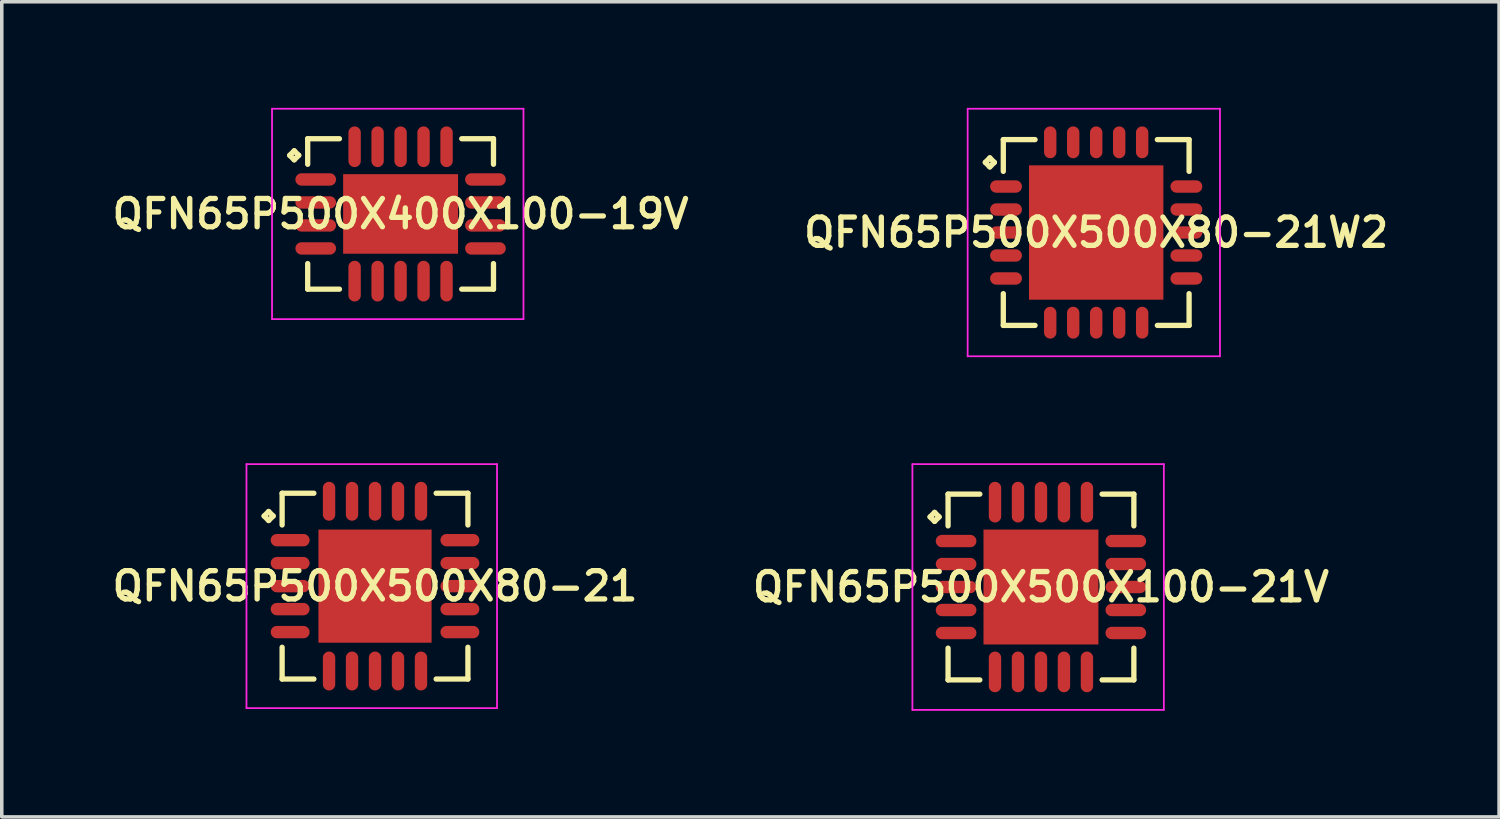
<source format=kicad_pcb>
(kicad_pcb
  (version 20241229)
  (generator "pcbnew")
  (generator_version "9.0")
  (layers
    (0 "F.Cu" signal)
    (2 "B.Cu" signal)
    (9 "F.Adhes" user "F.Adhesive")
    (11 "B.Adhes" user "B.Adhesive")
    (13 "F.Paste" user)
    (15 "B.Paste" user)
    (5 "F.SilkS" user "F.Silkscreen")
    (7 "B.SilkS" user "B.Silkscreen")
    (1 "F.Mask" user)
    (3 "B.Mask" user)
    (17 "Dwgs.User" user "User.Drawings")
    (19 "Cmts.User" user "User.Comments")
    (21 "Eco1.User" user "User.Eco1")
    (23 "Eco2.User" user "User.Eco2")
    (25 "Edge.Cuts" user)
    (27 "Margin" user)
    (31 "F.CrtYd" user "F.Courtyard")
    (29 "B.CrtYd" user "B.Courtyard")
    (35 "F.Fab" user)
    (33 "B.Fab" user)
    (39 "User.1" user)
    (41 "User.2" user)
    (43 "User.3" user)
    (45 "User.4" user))
  (footprint "QFN65P500X500X100-21V"
    (layer "F.Cu")
    (at 26.387 13.55)
    (property "Reference" "QFN65P500X500X100-21V" (at 0 0 0) (layer "F.SilkS") (effects (font (size 0.8 0.8) (thickness 0.15))))
    (attr smd)
    (fp_line (start -3.135 -1.983) (end -3.008 -2.11) (stroke (width 0.15) (type solid)) (layer "F.SilkS"))
    (fp_line (start -3.008 -2.11) (end -2.881 -1.983) (stroke (width 0.15) (type solid)) (layer "F.SilkS"))
    (fp_line (start -3.008 -1.856) (end -3.135 -1.983) (stroke (width 0.15) (type solid)) (layer "F.SilkS"))
    (fp_line (start -2.881 -1.983) (end -3.008 -1.856) (stroke (width 0.15) (type solid)) (layer "F.SilkS"))
    (fp_line (start -2.627 -2.627) (end -1.729 -2.627) (stroke (width 0.15) (type solid)) (layer "F.SilkS"))
    (fp_line (start -2.627 -1.729) (end -2.627 -2.627) (stroke (width 0.15) (type solid)) (layer "F.SilkS"))
    (fp_line (start -2.627 1.729) (end -2.627 2.627) (stroke (width 0.15) (type solid)) (layer "F.SilkS"))
    (fp_line (start -2.627 2.627) (end -1.729 2.627) (stroke (width 0.15) (type solid)) (layer "F.SilkS"))
    (fp_line (start 1.729 -2.627) (end 2.627 -2.627) (stroke (width 0.15) (type solid)) (layer "F.SilkS"))
    (fp_line (start 1.729 2.627) (end 2.627 2.627) (stroke (width 0.15) (type solid)) (layer "F.SilkS"))
    (fp_line (start 2.627 -2.627) (end 2.627 -1.729) (stroke (width 0.15) (type solid)) (layer "F.SilkS"))
    (fp_line (start 2.627 2.627) (end 2.627 1.729) (stroke (width 0.15) (type solid)) (layer "F.SilkS"))
    (fp_line (start -3.635 -3.475) (end 3.475 -3.475) (stroke (width 0.05) (type solid)) (layer "F.CrtYd"))
    (fp_line (start -3.635 3.475) (end -3.635 -3.475) (stroke (width 0.05) (type solid)) (layer "F.CrtYd"))
    (fp_line (start 3.475 -3.475) (end 3.475 3.475) (stroke (width 0.05) (type solid)) (layer "F.CrtYd"))
    (fp_line (start 3.475 3.475) (end -3.635 3.475) (stroke (width 0.05) (type solid)) (layer "F.CrtYd"))
    (pad "1" smd oval (at -2.4 -1.3) (size 1.15 0.35) (layers "F.Cu" "F.Mask" "F.Paste"))
    (pad "2" smd oval (at -2.4 -0.65) (size 1.15 0.35) (layers "F.Cu" "F.Mask" "F.Paste"))
    (pad "3" smd oval (at -2.4 0) (size 1.15 0.35) (layers "F.Cu" "F.Mask" "F.Paste"))
    (pad "4" smd oval (at -2.4 0.65) (size 1.15 0.35) (layers "F.Cu" "F.Mask" "F.Paste"))
    (pad "5" smd oval (at -2.4 1.3) (size 1.15 0.35) (layers "F.Cu" "F.Mask" "F.Paste"))
    (pad "6" smd oval (at -1.3 2.4) (size 0.35 1.15) (layers "F.Cu" "F.Mask" "F.Paste"))
    (pad "7" smd oval (at -0.65 2.4) (size 0.35 1.15) (layers "F.Cu" "F.Mask" "F.Paste"))
    (pad "8" smd oval (at 0 2.4) (size 0.35 1.15) (layers "F.Cu" "F.Mask" "F.Paste"))
    (pad "9" smd oval (at 0.65 2.4) (size 0.35 1.15) (layers "F.Cu" "F.Mask" "F.Paste"))
    (pad "10" smd oval (at 1.3 2.4) (size 0.35 1.15) (layers "F.Cu" "F.Mask" "F.Paste"))
    (pad "11" smd oval (at 2.4 1.3) (size 1.15 0.35) (layers "F.Cu" "F.Mask" "F.Paste"))
    (pad "12" smd oval (at 2.4 0.65) (size 1.15 0.35) (layers "F.Cu" "F.Mask" "F.Paste"))
    (pad "13" smd oval (at 2.4 0) (size 1.15 0.35) (layers "F.Cu" "F.Mask" "F.Paste"))
    (pad "14" smd oval (at 2.4 -0.65) (size 1.15 0.35) (layers "F.Cu" "F.Mask" "F.Paste"))
    (pad "15" smd oval (at 2.4 -1.3) (size 1.15 0.35) (layers "F.Cu" "F.Mask" "F.Paste"))
    (pad "16" smd oval (at 1.3 -2.4) (size 0.35 1.15) (layers "F.Cu" "F.Mask" "F.Paste"))
    (pad "17" smd oval (at 0.65 -2.4) (size 0.35 1.15) (layers "F.Cu" "F.Mask" "F.Paste"))
    (pad "18" smd oval (at 0 -2.4) (size 0.35 1.15) (layers "F.Cu" "F.Mask" "F.Paste"))
    (pad "19" smd oval (at -0.65 -2.4) (size 0.35 1.15) (layers "F.Cu" "F.Mask" "F.Paste"))
    (pad "20" smd oval (at -1.3 -2.4) (size 0.35 1.15) (layers "F.Cu" "F.Mask" "F.Paste"))
    (pad "21" smd rect (at 0 0) (size 3.25 3.25) (layers "F.Cu" "F.Mask" "F.Paste")))
  (footprint "QFN65P500X500X80-21"
    (layer "F.Cu")
    (at 7.555 13.525)
    (property "Reference" "QFN65P500X500X80-21" (at 0 0 0) (layer "F.SilkS") (effects (font (size 0.8 0.8) (thickness 0.15))))
    (attr smd)
    (fp_line (start -3.135 -1.983) (end -3.008 -2.11) (stroke (width 0.15) (type solid)) (layer "F.SilkS"))
    (fp_line (start -3.008 -2.11) (end -2.881 -1.983) (stroke (width 0.15) (type solid)) (layer "F.SilkS"))
    (fp_line (start -3.008 -1.856) (end -3.135 -1.983) (stroke (width 0.15) (type solid)) (layer "F.SilkS"))
    (fp_line (start -2.881 -1.983) (end -3.008 -1.856) (stroke (width 0.15) (type solid)) (layer "F.SilkS"))
    (fp_line (start -2.627 -2.627) (end -1.729 -2.627) (stroke (width 0.15) (type solid)) (layer "F.SilkS"))
    (fp_line (start -2.627 -1.729) (end -2.627 -2.627) (stroke (width 0.15) (type solid)) (layer "F.SilkS"))
    (fp_line (start -2.627 1.729) (end -2.627 2.627) (stroke (width 0.15) (type solid)) (layer "F.SilkS"))
    (fp_line (start -2.627 2.627) (end -1.729 2.627) (stroke (width 0.15) (type solid)) (layer "F.SilkS"))
    (fp_line (start 1.729 -2.627) (end 2.627 -2.627) (stroke (width 0.15) (type solid)) (layer "F.SilkS"))
    (fp_line (start 1.729 2.627) (end 2.627 2.627) (stroke (width 0.15) (type solid)) (layer "F.SilkS"))
    (fp_line (start 2.627 -2.627) (end 2.627 -1.729) (stroke (width 0.15) (type solid)) (layer "F.SilkS"))
    (fp_line (start 2.627 2.627) (end 2.627 1.729) (stroke (width 0.15) (type solid)) (layer "F.SilkS"))
    (fp_line (start -3.635 -3.45) (end 3.45 -3.45) (stroke (width 0.05) (type solid)) (layer "F.CrtYd"))
    (fp_line (start -3.635 3.45) (end -3.635 -3.45) (stroke (width 0.05) (type solid)) (layer "F.CrtYd"))
    (fp_line (start 3.45 -3.45) (end 3.45 3.45) (stroke (width 0.05) (type solid)) (layer "F.CrtYd"))
    (fp_line (start 3.45 3.45) (end -3.635 3.45) (stroke (width 0.05) (type solid)) (layer "F.CrtYd"))
    (pad "1" smd oval (at -2.4 -1.3) (size 1.1 0.35) (layers "F.Cu" "F.Mask" "F.Paste"))
    (pad "2" smd oval (at -2.4 -0.65) (size 1.1 0.35) (layers "F.Cu" "F.Mask" "F.Paste"))
    (pad "3" smd oval (at -2.4 0) (size 1.1 0.35) (layers "F.Cu" "F.Mask" "F.Paste"))
    (pad "4" smd oval (at -2.4 0.65) (size 1.1 0.35) (layers "F.Cu" "F.Mask" "F.Paste"))
    (pad "5" smd oval (at -2.4 1.3) (size 1.1 0.35) (layers "F.Cu" "F.Mask" "F.Paste"))
    (pad "6" smd oval (at -1.3 2.4) (size 0.35 1.1) (layers "F.Cu" "F.Mask" "F.Paste"))
    (pad "7" smd oval (at -0.65 2.4) (size 0.35 1.1) (layers "F.Cu" "F.Mask" "F.Paste"))
    (pad "8" smd oval (at 0 2.4) (size 0.35 1.1) (layers "F.Cu" "F.Mask" "F.Paste"))
    (pad "9" smd oval (at 0.65 2.4) (size 0.35 1.1) (layers "F.Cu" "F.Mask" "F.Paste"))
    (pad "10" smd oval (at 1.3 2.4) (size 0.35 1.1) (layers "F.Cu" "F.Mask" "F.Paste"))
    (pad "11" smd oval (at 2.4 1.3) (size 1.1 0.35) (layers "F.Cu" "F.Mask" "F.Paste"))
    (pad "12" smd oval (at 2.4 0.65) (size 1.1 0.35) (layers "F.Cu" "F.Mask" "F.Paste"))
    (pad "13" smd oval (at 2.4 0) (size 1.1 0.35) (layers "F.Cu" "F.Mask" "F.Paste"))
    (pad "14" smd oval (at 2.4 -0.65) (size 1.1 0.35) (layers "F.Cu" "F.Mask" "F.Paste"))
    (pad "15" smd oval (at 2.4 -1.3) (size 1.1 0.35) (layers "F.Cu" "F.Mask" "F.Paste"))
    (pad "16" smd oval (at 1.3 -2.4) (size 0.35 1.1) (layers "F.Cu" "F.Mask" "F.Paste"))
    (pad "17" smd oval (at 0.65 -2.4) (size 0.35 1.1) (layers "F.Cu" "F.Mask" "F.Paste"))
    (pad "18" smd oval (at 0 -2.4) (size 0.35 1.1) (layers "F.Cu" "F.Mask" "F.Paste"))
    (pad "19" smd oval (at -0.65 -2.4) (size 0.35 1.1) (layers "F.Cu" "F.Mask" "F.Paste"))
    (pad "20" smd oval (at -1.3 -2.4) (size 0.35 1.1) (layers "F.Cu" "F.Mask" "F.Paste"))
    (pad "21" smd rect (at 0 0) (size 3.2 3.2) (layers "F.Cu" "F.Mask" "F.Paste")))
  (footprint "QFN65P500X500X80-21W2"
    (layer "F.Cu")
    (at 27.949 3.525)
    (property "Reference" "QFN65P500X500X80-21W2" (at 0 0 0) (layer "F.SilkS") (effects (font (size 0.8 0.8) (thickness 0.15))))
    (attr smd)
    (fp_line (start -3.135 -1.983) (end -3.008 -2.11) (stroke (width 0.15) (type solid)) (layer "F.SilkS"))
    (fp_line (start -3.008 -2.11) (end -2.881 -1.983) (stroke (width 0.15) (type solid)) (layer "F.SilkS"))
    (fp_line (start -3.008 -1.856) (end -3.135 -1.983) (stroke (width 0.15) (type solid)) (layer "F.SilkS"))
    (fp_line (start -2.881 -1.983) (end -3.008 -1.856) (stroke (width 0.15) (type solid)) (layer "F.SilkS"))
    (fp_line (start -2.627 -2.627) (end -1.729 -2.627) (stroke (width 0.15) (type solid)) (layer "F.SilkS"))
    (fp_line (start -2.627 -1.729) (end -2.627 -2.627) (stroke (width 0.15) (type solid)) (layer "F.SilkS"))
    (fp_line (start -2.627 1.729) (end -2.627 2.627) (stroke (width 0.15) (type solid)) (layer "F.SilkS"))
    (fp_line (start -2.627 2.627) (end -1.729 2.627) (stroke (width 0.15) (type solid)) (layer "F.SilkS"))
    (fp_line (start 1.729 -2.627) (end 2.627 -2.627) (stroke (width 0.15) (type solid)) (layer "F.SilkS"))
    (fp_line (start 1.729 2.627) (end 2.627 2.627) (stroke (width 0.15) (type solid)) (layer "F.SilkS"))
    (fp_line (start 2.627 -2.627) (end 2.627 -1.729) (stroke (width 0.15) (type solid)) (layer "F.SilkS"))
    (fp_line (start 2.627 2.627) (end 2.627 1.729) (stroke (width 0.15) (type solid)) (layer "F.SilkS"))
    (fp_line (start -3.635 -3.5) (end 3.5 -3.5) (stroke (width 0.05) (type solid)) (layer "F.CrtYd"))
    (fp_line (start -3.635 3.5) (end -3.635 -3.5) (stroke (width 0.05) (type solid)) (layer "F.CrtYd"))
    (fp_line (start 3.5 -3.5) (end 3.5 3.5) (stroke (width 0.05) (type solid)) (layer "F.CrtYd"))
    (fp_line (start 3.5 3.5) (end -3.635 3.5) (stroke (width 0.05) (type solid)) (layer "F.CrtYd"))
    (pad "1" smd oval (at -2.55 -1.3) (size 0.9 0.35) (layers "F.Cu" "F.Mask" "F.Paste"))
    (pad "2" smd oval (at -2.55 -0.65) (size 0.9 0.35) (layers "F.Cu" "F.Mask" "F.Paste"))
    (pad "3" smd oval (at -2.55 0) (size 0.9 0.35) (layers "F.Cu" "F.Mask" "F.Paste"))
    (pad "4" smd oval (at -2.55 0.65) (size 0.9 0.35) (layers "F.Cu" "F.Mask" "F.Paste"))
    (pad "5" smd oval (at -2.55 1.3) (size 0.9 0.35) (layers "F.Cu" "F.Mask" "F.Paste"))
    (pad "6" smd oval (at -1.3 2.55) (size 0.35 0.9) (layers "F.Cu" "F.Mask" "F.Paste"))
    (pad "7" smd oval (at -0.65 2.55) (size 0.35 0.9) (layers "F.Cu" "F.Mask" "F.Paste"))
    (pad "8" smd oval (at 0 2.55) (size 0.35 0.9) (layers "F.Cu" "F.Mask" "F.Paste"))
    (pad "9" smd oval (at 0.65 2.55) (size 0.35 0.9) (layers "F.Cu" "F.Mask" "F.Paste"))
    (pad "10" smd oval (at 1.3 2.55) (size 0.35 0.9) (layers "F.Cu" "F.Mask" "F.Paste"))
    (pad "11" smd oval (at 2.55 1.3) (size 0.9 0.35) (layers "F.Cu" "F.Mask" "F.Paste"))
    (pad "12" smd oval (at 2.55 0.65) (size 0.9 0.35) (layers "F.Cu" "F.Mask" "F.Paste"))
    (pad "13" smd oval (at 2.55 0) (size 0.9 0.35) (layers "F.Cu" "F.Mask" "F.Paste"))
    (pad "14" smd oval (at 2.55 -0.65) (size 0.9 0.35) (layers "F.Cu" "F.Mask" "F.Paste"))
    (pad "15" smd oval (at 2.55 -1.3) (size 0.9 0.35) (layers "F.Cu" "F.Mask" "F.Paste"))
    (pad "16" smd oval (at 1.3 -2.55) (size 0.35 0.9) (layers "F.Cu" "F.Mask" "F.Paste"))
    (pad "17" smd oval (at 0.65 -2.55) (size 0.35 0.9) (layers "F.Cu" "F.Mask" "F.Paste"))
    (pad "18" smd oval (at 0 -2.55) (size 0.35 0.9) (layers "F.Cu" "F.Mask" "F.Paste"))
    (pad "19" smd oval (at -0.65 -2.55) (size 0.35 0.9) (layers "F.Cu" "F.Mask" "F.Paste"))
    (pad "20" smd oval (at -1.3 -2.55) (size 0.35 0.9) (layers "F.Cu" "F.Mask" "F.Paste"))
    (pad "21" smd rect (at 0 0) (size 3.8 3.8) (layers "F.Cu" "F.Mask" "F.Paste")))
  (footprint "QFN65P500X400X100-19V"
    (layer "F.Cu")
    (at 8.278 3)
    (property "Reference" "QFN65P500X400X100-19V" (at 0 0 0) (layer "F.SilkS") (effects (font (size 0.8 0.8) (thickness 0.15))))
    (attr smd)
    (fp_line (start -3.135 -1.658) (end -3.008 -1.785) (stroke (width 0.15) (type solid)) (layer "F.SilkS"))
    (fp_line (start -3.008 -1.785) (end -2.881 -1.658) (stroke (width 0.15) (type solid)) (layer "F.SilkS"))
    (fp_line (start -3.008 -1.531) (end -3.135 -1.658) (stroke (width 0.15) (type solid)) (layer "F.SilkS"))
    (fp_line (start -2.881 -1.658) (end -3.008 -1.531) (stroke (width 0.15) (type solid)) (layer "F.SilkS"))
    (fp_line (start -2.627 -2.127) (end -1.729 -2.127) (stroke (width 0.15) (type solid)) (layer "F.SilkS"))
    (fp_line (start -2.627 -1.404) (end -2.627 -2.127) (stroke (width 0.15) (type solid)) (layer "F.SilkS"))
    (fp_line (start -2.627 1.404) (end -2.627 2.127) (stroke (width 0.15) (type solid)) (layer "F.SilkS"))
    (fp_line (start -2.627 2.127) (end -1.729 2.127) (stroke (width 0.15) (type solid)) (layer "F.SilkS"))
    (fp_line (start 1.729 -2.127) (end 2.627 -2.127) (stroke (width 0.15) (type solid)) (layer "F.SilkS"))
    (fp_line (start 1.729 2.127) (end 2.627 2.127) (stroke (width 0.15) (type solid)) (layer "F.SilkS"))
    (fp_line (start 2.627 -2.127) (end 2.627 -1.404) (stroke (width 0.15) (type solid)) (layer "F.SilkS"))
    (fp_line (start 2.627 2.127) (end 2.627 1.404) (stroke (width 0.15) (type solid)) (layer "F.SilkS"))
    (fp_line (start -3.635 -2.975) (end 3.475 -2.975) (stroke (width 0.05) (type solid)) (layer "F.CrtYd"))
    (fp_line (start -3.635 2.975) (end -3.635 -2.975) (stroke (width 0.05) (type solid)) (layer "F.CrtYd"))
    (fp_line (start 3.475 -2.975) (end 3.475 2.975) (stroke (width 0.05) (type solid)) (layer "F.CrtYd"))
    (fp_line (start 3.475 2.975) (end -3.635 2.975) (stroke (width 0.05) (type solid)) (layer "F.CrtYd"))
    (pad "1" smd oval (at -2.4 -0.975) (size 1.15 0.35) (layers "F.Cu" "F.Mask" "F.Paste"))
    (pad "2" smd oval (at -2.4 -0.325) (size 1.15 0.35) (layers "F.Cu" "F.Mask" "F.Paste"))
    (pad "3" smd oval (at -2.4 0.325) (size 1.15 0.35) (layers "F.Cu" "F.Mask" "F.Paste"))
    (pad "4" smd oval (at -2.4 0.975) (size 1.15 0.35) (layers "F.Cu" "F.Mask" "F.Paste"))
    (pad "5" smd oval (at -1.3 1.9) (size 0.35 1.15) (layers "F.Cu" "F.Mask" "F.Paste"))
    (pad "6" smd oval (at -0.65 1.9) (size 0.35 1.15) (layers "F.Cu" "F.Mask" "F.Paste"))
    (pad "7" smd oval (at 0 1.9) (size 0.35 1.15) (layers "F.Cu" "F.Mask" "F.Paste"))
    (pad "8" smd oval (at 0.65 1.9) (size 0.35 1.15) (layers "F.Cu" "F.Mask" "F.Paste"))
    (pad "9" smd oval (at 1.3 1.9) (size 0.35 1.15) (layers "F.Cu" "F.Mask" "F.Paste"))
    (pad "10" smd oval (at 2.4 0.975) (size 1.15 0.35) (layers "F.Cu" "F.Mask" "F.Paste"))
    (pad "11" smd oval (at 2.4 0.325) (size 1.15 0.35) (layers "F.Cu" "F.Mask" "F.Paste"))
    (pad "12" smd oval (at 2.4 -0.325) (size 1.15 0.35) (layers "F.Cu" "F.Mask" "F.Paste"))
    (pad "13" smd oval (at 2.4 -0.975) (size 1.15 0.35) (layers "F.Cu" "F.Mask" "F.Paste"))
    (pad "14" smd oval (at 1.3 -1.9) (size 0.35 1.15) (layers "F.Cu" "F.Mask" "F.Paste"))
    (pad "15" smd oval (at 0.65 -1.9) (size 0.35 1.15) (layers "F.Cu" "F.Mask" "F.Paste"))
    (pad "16" smd oval (at 0 -1.9) (size 0.35 1.15) (layers "F.Cu" "F.Mask" "F.Paste"))
    (pad "17" smd oval (at -0.65 -1.9) (size 0.35 1.15) (layers "F.Cu" "F.Mask" "F.Paste"))
    (pad "18" smd oval (at -1.3 -1.9) (size 0.35 1.15) (layers "F.Cu" "F.Mask" "F.Paste"))
    (pad "19" smd rect (at 0 0) (size 3.25 2.25) (layers "F.Cu" "F.Mask" "F.Paste")))
  (gr_rect
    (start -3 -3)
    (end 39.342 20.05)
    (stroke (width 0.1) (type default))
    (fill no)
    (layer "Edge.Cuts")))
</source>
